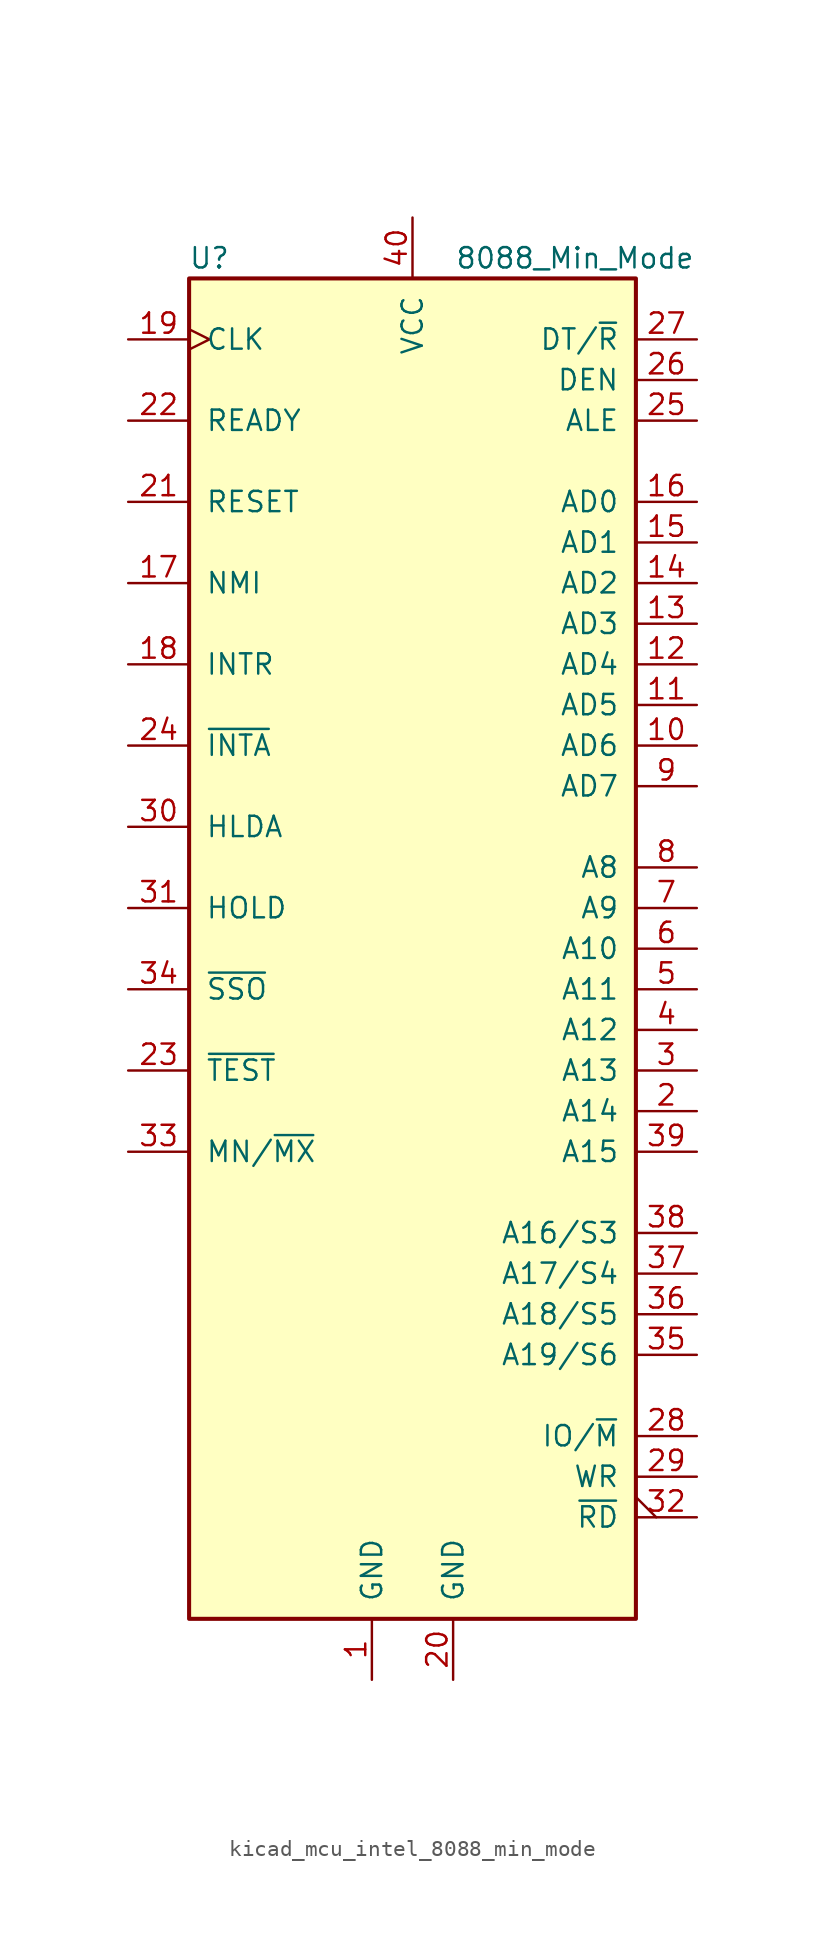
<source format=kicad_sym>
(kicad_symbol_lib
  (version 20220914)
  (generator kicad_symbol_editor)
  (symbol "kicad_mcu_intel_8088_min_mode"
    (pin_names
      (offset 1.016))
    (property "Reference" "U"
      (at -12.7 43.18 0)
      (effects (font (size 1.27 1.27))))
    (property "Value" "8088_Min_Mode"
      (at 10.16 43.18 0)
      (effects (font (size 1.27 1.27))))
    (symbol "kicad_mcu_intel_8088_min_mode_0_1"
      (rectangle (start 13.97 -41.91) (end -13.97 41.91) (stroke (width 0.254) (type default)) (fill (type background))))
    (symbol "kicad_mcu_intel_8088_min_mode_1_1"
      (pin power_in line (at -2.54 -45.72 90) (length 3.81) (name "GND" (effects (font (size 1.27 1.27)))) (number "1" (effects (font (size 1.27 1.27)))))
      (pin bidirectional line (at 17.78 12.7 180) (length 3.81) (name "AD6" (effects (font (size 1.27 1.27)))) (number "10" (effects (font (size 1.27 1.27)))))
      (pin bidirectional line (at 17.78 15.24 180) (length 3.81) (name "AD5" (effects (font (size 1.27 1.27)))) (number "11" (effects (font (size 1.27 1.27)))))
      (pin bidirectional line (at 17.78 17.78 180) (length 3.81) (name "AD4" (effects (font (size 1.27 1.27)))) (number "12" (effects (font (size 1.27 1.27)))))
      (pin bidirectional line (at 17.78 20.32 180) (length 3.81) (name "AD3" (effects (font (size 1.27 1.27)))) (number "13" (effects (font (size 1.27 1.27)))))
      (pin bidirectional line (at 17.78 22.86 180) (length 3.81) (name "AD2" (effects (font (size 1.27 1.27)))) (number "14" (effects (font (size 1.27 1.27)))))
      (pin bidirectional line (at 17.78 25.4 180) (length 3.81) (name "AD1" (effects (font (size 1.27 1.27)))) (number "15" (effects (font (size 1.27 1.27)))))
      (pin bidirectional line (at 17.78 27.94 180) (length 3.81) (name "AD0" (effects (font (size 1.27 1.27)))) (number "16" (effects (font (size 1.27 1.27)))))
      (pin input line (at -17.78 22.86 0) (length 3.81) (name "NMI" (effects (font (size 1.27 1.27)))) (number "17" (effects (font (size 1.27 1.27)))))
      (pin input line (at -17.78 17.78 0) (length 3.81) (name "INTR" (effects (font (size 1.27 1.27)))) (number "18" (effects (font (size 1.27 1.27)))))
      (pin input clock (at -17.78 38.1 0) (length 3.81) (name "CLK" (effects (font (size 1.27 1.27)))) (number "19" (effects (font (size 1.27 1.27)))))
      (pin output line (at 17.78 -10.16 180) (length 3.81) (name "A14" (effects (font (size 1.27 1.27)))) (number "2" (effects (font (size 1.27 1.27)))))
      (pin power_in line (at 2.54 -45.72 90) (length 3.81) (name "GND" (effects (font (size 1.27 1.27)))) (number "20" (effects (font (size 1.27 1.27)))))
      (pin input line (at -17.78 27.94 0) (length 3.81) (name "RESET" (effects (font (size 1.27 1.27)))) (number "21" (effects (font (size 1.27 1.27)))))
      (pin input line (at -17.78 33.02 0) (length 3.81) (name "READY" (effects (font (size 1.27 1.27)))) (number "22" (effects (font (size 1.27 1.27)))))
      (pin input line (at -17.78 -7.62 0) (length 3.81) (name "~{TEST}" (effects (font (size 1.27 1.27)))) (number "23" (effects (font (size 1.27 1.27)))))
      (pin output line (at -17.78 12.7 0) (length 3.81) (name "~{INTA}" (effects (font (size 1.27 1.27)))) (number "24" (effects (font (size 1.27 1.27)))))
      (pin output line (at 17.78 33.02 180) (length 3.81) (name "ALE" (effects (font (size 1.27 1.27)))) (number "25" (effects (font (size 1.27 1.27)))))
      (pin output line (at 17.78 35.56 180) (length 3.81) (name "DEN" (effects (font (size 1.27 1.27)))) (number "26" (effects (font (size 1.27 1.27)))))
      (pin output line (at 17.78 38.1 180) (length 3.81) (name "DT/~{R}" (effects (font (size 1.27 1.27)))) (number "27" (effects (font (size 1.27 1.27)))))
      (pin output line (at 17.78 -30.48 180) (length 3.81) (name "IO/~{M}" (effects (font (size 1.27 1.27)))) (number "28" (effects (font (size 1.27 1.27)))))
      (pin output line (at 17.78 -33.02 180) (length 3.81) (name "WR" (effects (font (size 1.27 1.27)))) (number "29" (effects (font (size 1.27 1.27)))))
      (pin output line (at 17.78 -7.62 180) (length 3.81) (name "A13" (effects (font (size 1.27 1.27)))) (number "3" (effects (font (size 1.27 1.27)))))
      (pin output line (at -17.78 7.62 0) (length 3.81) (name "HLDA" (effects (font (size 1.27 1.27)))) (number "30" (effects (font (size 1.27 1.27)))))
      (pin input line (at -17.78 2.54 0) (length 3.81) (name "HOLD" (effects (font (size 1.27 1.27)))) (number "31" (effects (font (size 1.27 1.27)))))
      (pin output output_low (at 17.78 -35.56 180) (length 3.81) (name "~{RD}" (effects (font (size 1.27 1.27)))) (number "32" (effects (font (size 1.27 1.27)))))
      (pin input line (at -17.78 -12.7 0) (length 3.81) (name "MN/~{MX}" (effects (font (size 1.27 1.27)))) (number "33" (effects (font (size 1.27 1.27)))))
      (pin output line (at -17.78 -2.54 0) (length 3.81) (name "~{SSO}" (effects (font (size 1.27 1.27)))) (number "34" (effects (font (size 1.27 1.27)))))
      (pin output line (at 17.78 -25.4 180) (length 3.81) (name "A19/S6" (effects (font (size 1.27 1.27)))) (number "35" (effects (font (size 1.27 1.27)))))
      (pin output line (at 17.78 -22.86 180) (length 3.81) (name "A18/S5" (effects (font (size 1.27 1.27)))) (number "36" (effects (font (size 1.27 1.27)))))
      (pin output line (at 17.78 -20.32 180) (length 3.81) (name "A17/S4" (effects (font (size 1.27 1.27)))) (number "37" (effects (font (size 1.27 1.27)))))
      (pin output line (at 17.78 -17.78 180) (length 3.81) (name "A16/S3" (effects (font (size 1.27 1.27)))) (number "38" (effects (font (size 1.27 1.27)))))
      (pin output line (at 17.78 -12.7 180) (length 3.81) (name "A15" (effects (font (size 1.27 1.27)))) (number "39" (effects (font (size 1.27 1.27)))))
      (pin output line (at 17.78 -5.08 180) (length 3.81) (name "A12" (effects (font (size 1.27 1.27)))) (number "4" (effects (font (size 1.27 1.27)))))
      (pin power_in line (at 0 45.72 270) (length 3.81) (name "VCC" (effects (font (size 1.27 1.27)))) (number "40" (effects (font (size 1.27 1.27)))))
      (pin output line (at 17.78 -2.54 180) (length 3.81) (name "A11" (effects (font (size 1.27 1.27)))) (number "5" (effects (font (size 1.27 1.27)))))
      (pin output line (at 17.78 0 180) (length 3.81) (name "A10" (effects (font (size 1.27 1.27)))) (number "6" (effects (font (size 1.27 1.27)))))
      (pin output line (at 17.78 2.54 180) (length 3.81) (name "A9" (effects (font (size 1.27 1.27)))) (number "7" (effects (font (size 1.27 1.27)))))
      (pin output line (at 17.78 5.08 180) (length 3.81) (name "A8" (effects (font (size 1.27 1.27)))) (number "8" (effects (font (size 1.27 1.27)))))
      (pin bidirectional line (at 17.78 10.16 180) (length 3.81) (name "AD7" (effects (font (size 1.27 1.27)))) (number "9" (effects (font (size 1.27 1.27))))))))
</source>
